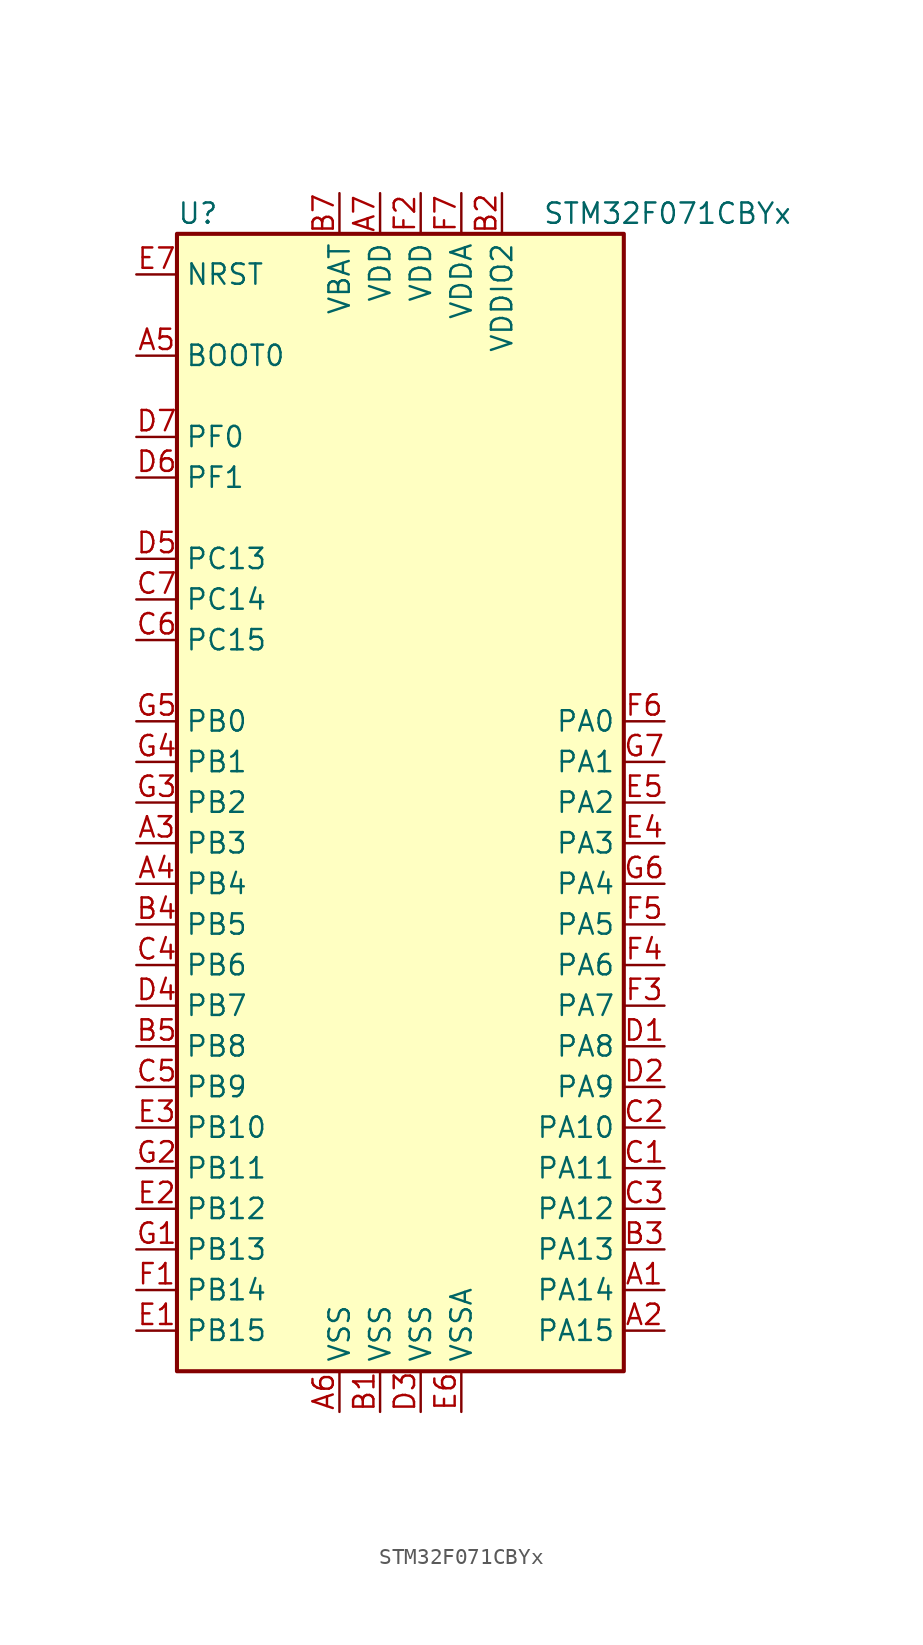
<source format=kicad_sym>
(kicad_symbol_lib
  (version 20200908)
  (generator kicad_symbol_editor)
  (symbol "MCU_ST_STM32F0:STM32F071CBYx"
    (property "Reference" "U"
      (at -15.24 36.83 0)
      (effects (font (size 1.27 1.27)) (justify left)))
    (property "Value" "STM32F071CBYx"
      (at 7.62 36.83 0)
      (effects (font (size 1.27 1.27)) (justify left)))
    (symbol "STM32F071CBYx_0_1"
      (rectangle (start -15.24 -35.56) (end 12.7 35.56) (stroke (width 0.254)) (fill (type background))))
    (symbol "STM32F071CBYx_1_1"
      (pin bidirectional line (at 15.24 -30.48 180) (length 2.54) (name "PA14" (effects (font (size 1.27 1.27)))) (number "A1" (effects (font (size 1.27 1.27)))))
      (pin bidirectional line (at 15.24 -33.02 180) (length 2.54) (name "PA15" (effects (font (size 1.27 1.27)))) (number "A2" (effects (font (size 1.27 1.27)))))
      (pin bidirectional line (at -17.78 -2.54 0) (length 2.54) (name "PB3" (effects (font (size 1.27 1.27)))) (number "A3" (effects (font (size 1.27 1.27)))))
      (pin bidirectional line (at -17.78 -5.08 0) (length 2.54) (name "PB4" (effects (font (size 1.27 1.27)))) (number "A4" (effects (font (size 1.27 1.27)))))
      (pin input line (at -17.78 27.94 0) (length 2.54) (name "BOOT0" (effects (font (size 1.27 1.27)))) (number "A5" (effects (font (size 1.27 1.27)))))
      (pin power_in line (at -5.08 -38.1 90) (length 2.54) (name "VSS" (effects (font (size 1.27 1.27)))) (number "A6" (effects (font (size 1.27 1.27)))))
      (pin power_in line (at -2.54 38.1 270) (length 2.54) (name "VDD" (effects (font (size 1.27 1.27)))) (number "A7" (effects (font (size 1.27 1.27)))))
      (pin power_in line (at -2.54 -38.1 90) (length 2.54) (name "VSS" (effects (font (size 1.27 1.27)))) (number "B1" (effects (font (size 1.27 1.27)))))
      (pin power_in line (at 5.08 38.1 270) (length 2.54) (name "VDDIO2" (effects (font (size 1.27 1.27)))) (number "B2" (effects (font (size 1.27 1.27)))))
      (pin bidirectional line (at 15.24 -27.94 180) (length 2.54) (name "PA13" (effects (font (size 1.27 1.27)))) (number "B3" (effects (font (size 1.27 1.27)))))
      (pin bidirectional line (at -17.78 -7.62 0) (length 2.54) (name "PB5" (effects (font (size 1.27 1.27)))) (number "B4" (effects (font (size 1.27 1.27)))))
      (pin bidirectional line (at -17.78 -15.24 0) (length 2.54) (name "PB8" (effects (font (size 1.27 1.27)))) (number "B5" (effects (font (size 1.27 1.27)))))
      (pin unconnected line (at -15.24 -33.02 0) (length 2.54) hide (name "NC" (effects (font (size 1.27 1.27)))) (number "B6" (effects (font (size 1.27 1.27)))))
      (pin power_in line (at -5.08 38.1 270) (length 2.54) (name "VBAT" (effects (font (size 1.27 1.27)))) (number "B7" (effects (font (size 1.27 1.27)))))
      (pin bidirectional line (at 15.24 -22.86 180) (length 2.54) (name "PA11" (effects (font (size 1.27 1.27)))) (number "C1" (effects (font (size 1.27 1.27)))))
      (pin bidirectional line (at 15.24 -20.32 180) (length 2.54) (name "PA10" (effects (font (size 1.27 1.27)))) (number "C2" (effects (font (size 1.27 1.27)))))
      (pin bidirectional line (at 15.24 -25.4 180) (length 2.54) (name "PA12" (effects (font (size 1.27 1.27)))) (number "C3" (effects (font (size 1.27 1.27)))))
      (pin bidirectional line (at -17.78 -10.16 0) (length 2.54) (name "PB6" (effects (font (size 1.27 1.27)))) (number "C4" (effects (font (size 1.27 1.27)))))
      (pin bidirectional line (at -17.78 -17.78 0) (length 2.54) (name "PB9" (effects (font (size 1.27 1.27)))) (number "C5" (effects (font (size 1.27 1.27)))))
      (pin bidirectional line (at -17.78 10.16 0) (length 2.54) (name "PC15" (effects (font (size 1.27 1.27)))) (number "C6" (effects (font (size 1.27 1.27)))))
      (pin bidirectional line (at -17.78 12.7 0) (length 2.54) (name "PC14" (effects (font (size 1.27 1.27)))) (number "C7" (effects (font (size 1.27 1.27)))))
      (pin bidirectional line (at 15.24 -15.24 180) (length 2.54) (name "PA8" (effects (font (size 1.27 1.27)))) (number "D1" (effects (font (size 1.27 1.27)))))
      (pin bidirectional line (at 15.24 -17.78 180) (length 2.54) (name "PA9" (effects (font (size 1.27 1.27)))) (number "D2" (effects (font (size 1.27 1.27)))))
      (pin power_in line (at 0 -38.1 90) (length 2.54) (name "VSS" (effects (font (size 1.27 1.27)))) (number "D3" (effects (font (size 1.27 1.27)))))
      (pin bidirectional line (at -17.78 -12.7 0) (length 2.54) (name "PB7" (effects (font (size 1.27 1.27)))) (number "D4" (effects (font (size 1.27 1.27)))))
      (pin bidirectional line (at -17.78 15.24 0) (length 2.54) (name "PC13" (effects (font (size 1.27 1.27)))) (number "D5" (effects (font (size 1.27 1.27)))))
      (pin input line (at -17.78 20.32 0) (length 2.54) (name "PF1" (effects (font (size 1.27 1.27)))) (number "D6" (effects (font (size 1.27 1.27)))))
      (pin input line (at -17.78 22.86 0) (length 2.54) (name "PF0" (effects (font (size 1.27 1.27)))) (number "D7" (effects (font (size 1.27 1.27)))))
      (pin bidirectional line (at -17.78 -33.02 0) (length 2.54) (name "PB15" (effects (font (size 1.27 1.27)))) (number "E1" (effects (font (size 1.27 1.27)))))
      (pin bidirectional line (at -17.78 -25.4 0) (length 2.54) (name "PB12" (effects (font (size 1.27 1.27)))) (number "E2" (effects (font (size 1.27 1.27)))))
      (pin bidirectional line (at -17.78 -20.32 0) (length 2.54) (name "PB10" (effects (font (size 1.27 1.27)))) (number "E3" (effects (font (size 1.27 1.27)))))
      (pin bidirectional line (at 15.24 -2.54 180) (length 2.54) (name "PA3" (effects (font (size 1.27 1.27)))) (number "E4" (effects (font (size 1.27 1.27)))))
      (pin bidirectional line (at 15.24 0 180) (length 2.54) (name "PA2" (effects (font (size 1.27 1.27)))) (number "E5" (effects (font (size 1.27 1.27)))))
      (pin power_in line (at 2.54 -38.1 90) (length 2.54) (name "VSSA" (effects (font (size 1.27 1.27)))) (number "E6" (effects (font (size 1.27 1.27)))))
      (pin input line (at -17.78 33.02 0) (length 2.54) (name "NRST" (effects (font (size 1.27 1.27)))) (number "E7" (effects (font (size 1.27 1.27)))))
      (pin bidirectional line (at -17.78 -30.48 0) (length 2.54) (name "PB14" (effects (font (size 1.27 1.27)))) (number "F1" (effects (font (size 1.27 1.27)))))
      (pin power_in line (at 0 38.1 270) (length 2.54) (name "VDD" (effects (font (size 1.27 1.27)))) (number "F2" (effects (font (size 1.27 1.27)))))
      (pin bidirectional line (at 15.24 -12.7 180) (length 2.54) (name "PA7" (effects (font (size 1.27 1.27)))) (number "F3" (effects (font (size 1.27 1.27)))))
      (pin bidirectional line (at 15.24 -10.16 180) (length 2.54) (name "PA6" (effects (font (size 1.27 1.27)))) (number "F4" (effects (font (size 1.27 1.27)))))
      (pin bidirectional line (at 15.24 -7.62 180) (length 2.54) (name "PA5" (effects (font (size 1.27 1.27)))) (number "F5" (effects (font (size 1.27 1.27)))))
      (pin bidirectional line (at 15.24 5.08 180) (length 2.54) (name "PA0" (effects (font (size 1.27 1.27)))) (number "F6" (effects (font (size 1.27 1.27)))))
      (pin power_in line (at 2.54 38.1 270) (length 2.54) (name "VDDA" (effects (font (size 1.27 1.27)))) (number "F7" (effects (font (size 1.27 1.27)))))
      (pin bidirectional line (at -17.78 -27.94 0) (length 2.54) (name "PB13" (effects (font (size 1.27 1.27)))) (number "G1" (effects (font (size 1.27 1.27)))))
      (pin bidirectional line (at -17.78 -22.86 0) (length 2.54) (name "PB11" (effects (font (size 1.27 1.27)))) (number "G2" (effects (font (size 1.27 1.27)))))
      (pin bidirectional line (at -17.78 0 0) (length 2.54) (name "PB2" (effects (font (size 1.27 1.27)))) (number "G3" (effects (font (size 1.27 1.27)))))
      (pin bidirectional line (at -17.78 2.54 0) (length 2.54) (name "PB1" (effects (font (size 1.27 1.27)))) (number "G4" (effects (font (size 1.27 1.27)))))
      (pin bidirectional line (at -17.78 5.08 0) (length 2.54) (name "PB0" (effects (font (size 1.27 1.27)))) (number "G5" (effects (font (size 1.27 1.27)))))
      (pin bidirectional line (at 15.24 -5.08 180) (length 2.54) (name "PA4" (effects (font (size 1.27 1.27)))) (number "G6" (effects (font (size 1.27 1.27)))))
      (pin bidirectional line (at 15.24 2.54 180) (length 2.54) (name "PA1" (effects (font (size 1.27 1.27)))) (number "G7" (effects (font (size 1.27 1.27))))))))
</source>
